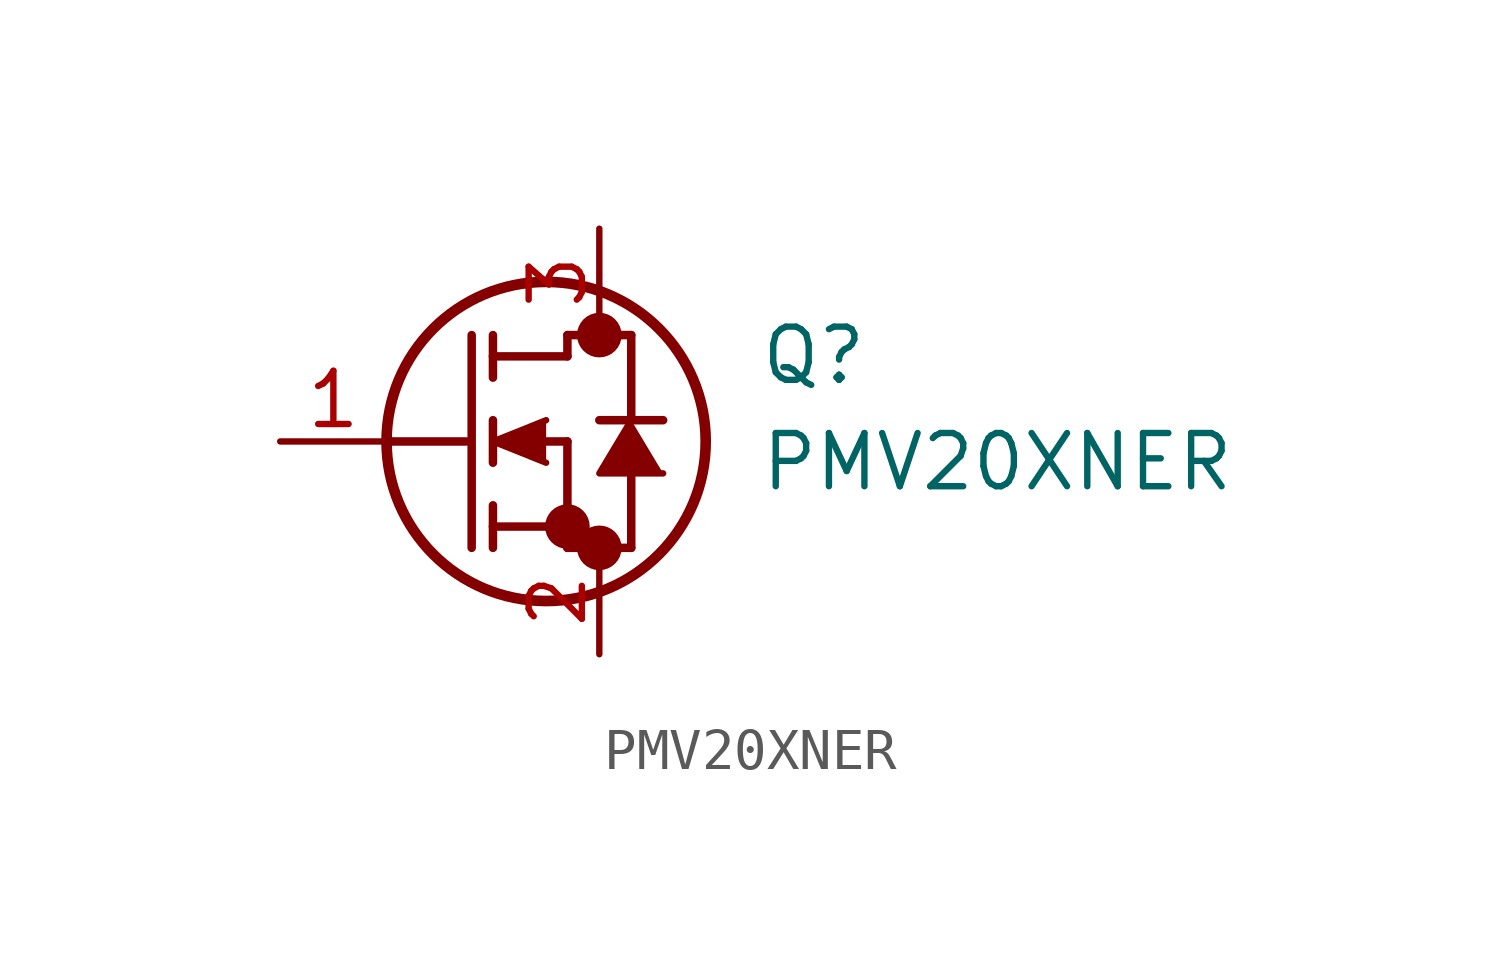
<source format=kicad_sym>
(kicad_symbol_lib
  (version 20241209)
  (generator "kicad_symbol_editor")
  (generator_version "9.0")
  (symbol "PMV20XNER"
    (pin_names
      (hide yes))
    (property "Reference" "Q"
      (at 3.81 2.794 0)
      (effects (font (size 1.27 1.27)) (justify left top)))
    (property "Value" "PMV20XNER"
      (at 3.81 0.254 0)
      (effects (font (size 1.27 1.27)) (justify left top)))
    (symbol "PMV20XNER_0_1"
      (polyline (pts (xy -5.08 0) (xy -3.175 0)) (stroke (width 0.203) (type default)) (fill (type none)))
      (polyline (pts (xy -3.048 -2.54) (xy -3.048 2.54)) (stroke (width 0.203) (type default)) (fill (type none)))
      (polyline (pts (xy -2.54 2.032) (xy -0.762 2.032)) (stroke (width 0.203) (type default)) (fill (type none)))
      (polyline (pts (xy -2.54 1.524) (xy -2.54 2.54)) (stroke (width 0.203) (type default)) (fill (type none)))
      (polyline (pts (xy -2.54 -0.508) (xy -2.54 0.508)) (stroke (width 0.203) (type default)) (fill (type none)))
      (polyline (pts (xy -2.54 -2.032) (xy -0.762 -2.032)) (stroke (width 0.203) (type default)) (fill (type none)))
      (polyline (pts (xy -2.54 -2.54) (xy -2.54 -1.524)) (stroke (width 0.203) (type default)) (fill (type none)))
      (polyline (pts (xy -1.27 0.508) (xy -2.54 0) (xy -1.27 -0.508)) (stroke (width 0) (type default)) (fill (type outline)))
      (circle (center -1.27 0) (radius 3.81) (stroke (width 0.254) (type default)) (fill (type none)))
      (polyline (pts (xy -1.27 0) (xy -0.762 0)) (stroke (width 0.203) (type default)) (fill (type none)))
      (polyline (pts (xy -0.762 2.54) (xy 0.762 2.54)) (stroke (width 0.203) (type default)) (fill (type none)))
      (polyline (pts (xy -0.762 2.032) (xy -0.762 2.54)) (stroke (width 0.203) (type default)) (fill (type none)))
      (circle (center -0.762 -2.032) (radius 0.025) (stroke (width 0.508) (type default)) (fill (type none)))
      (polyline (pts (xy -0.762 -2.54) (xy -0.762 0)) (stroke (width 0.203) (type default)) (fill (type none)))
      (polyline (pts (xy -0.762 -2.54) (xy 0.762 -2.54)) (stroke (width 0.203) (type default)) (fill (type none)))
      (circle (center 0 2.54) (radius 0.025) (stroke (width 0.508) (type default)) (fill (type none)))
      (circle (center 0 -2.54) (radius 0.025) (stroke (width 0.508) (type default)) (fill (type none)))
      (polyline (pts (xy 0.762 0.508) (xy 0.762 2.54)) (stroke (width 0.203) (type default)) (fill (type none)))
      (polyline (pts (xy 0.762 -2.54) (xy 0.762 -0.762)) (stroke (width 0.203) (type default)) (fill (type none)))
      (polyline (pts (xy 1.524 0.508) (xy 0 0.508)) (stroke (width 0.203) (type default)) (fill (type none)))
      (polyline (pts (xy 1.524 -0.762) (xy 0 -0.762) (xy 0.762 0.508)) (stroke (width 0) (type default)) (fill (type outline)))
      (pin passive line (at -7.62 0 0) (length 2.54) (name "G" (effects (font (size 1.27 1.27)))) (number "1" (effects (font (size 1.27 1.27)))))
      (pin passive line (at 0 5.08 270) (length 2.54) (name "D" (effects (font (size 1.27 1.27)))) (number "3" (effects (font (size 1.27 1.27)))))
      (pin passive line (at 0 -5.08 90) (length 2.54) (name "S" (effects (font (size 1.27 1.27)))) (number "2" (effects (font (size 1.27 1.27))))))))
</source>
